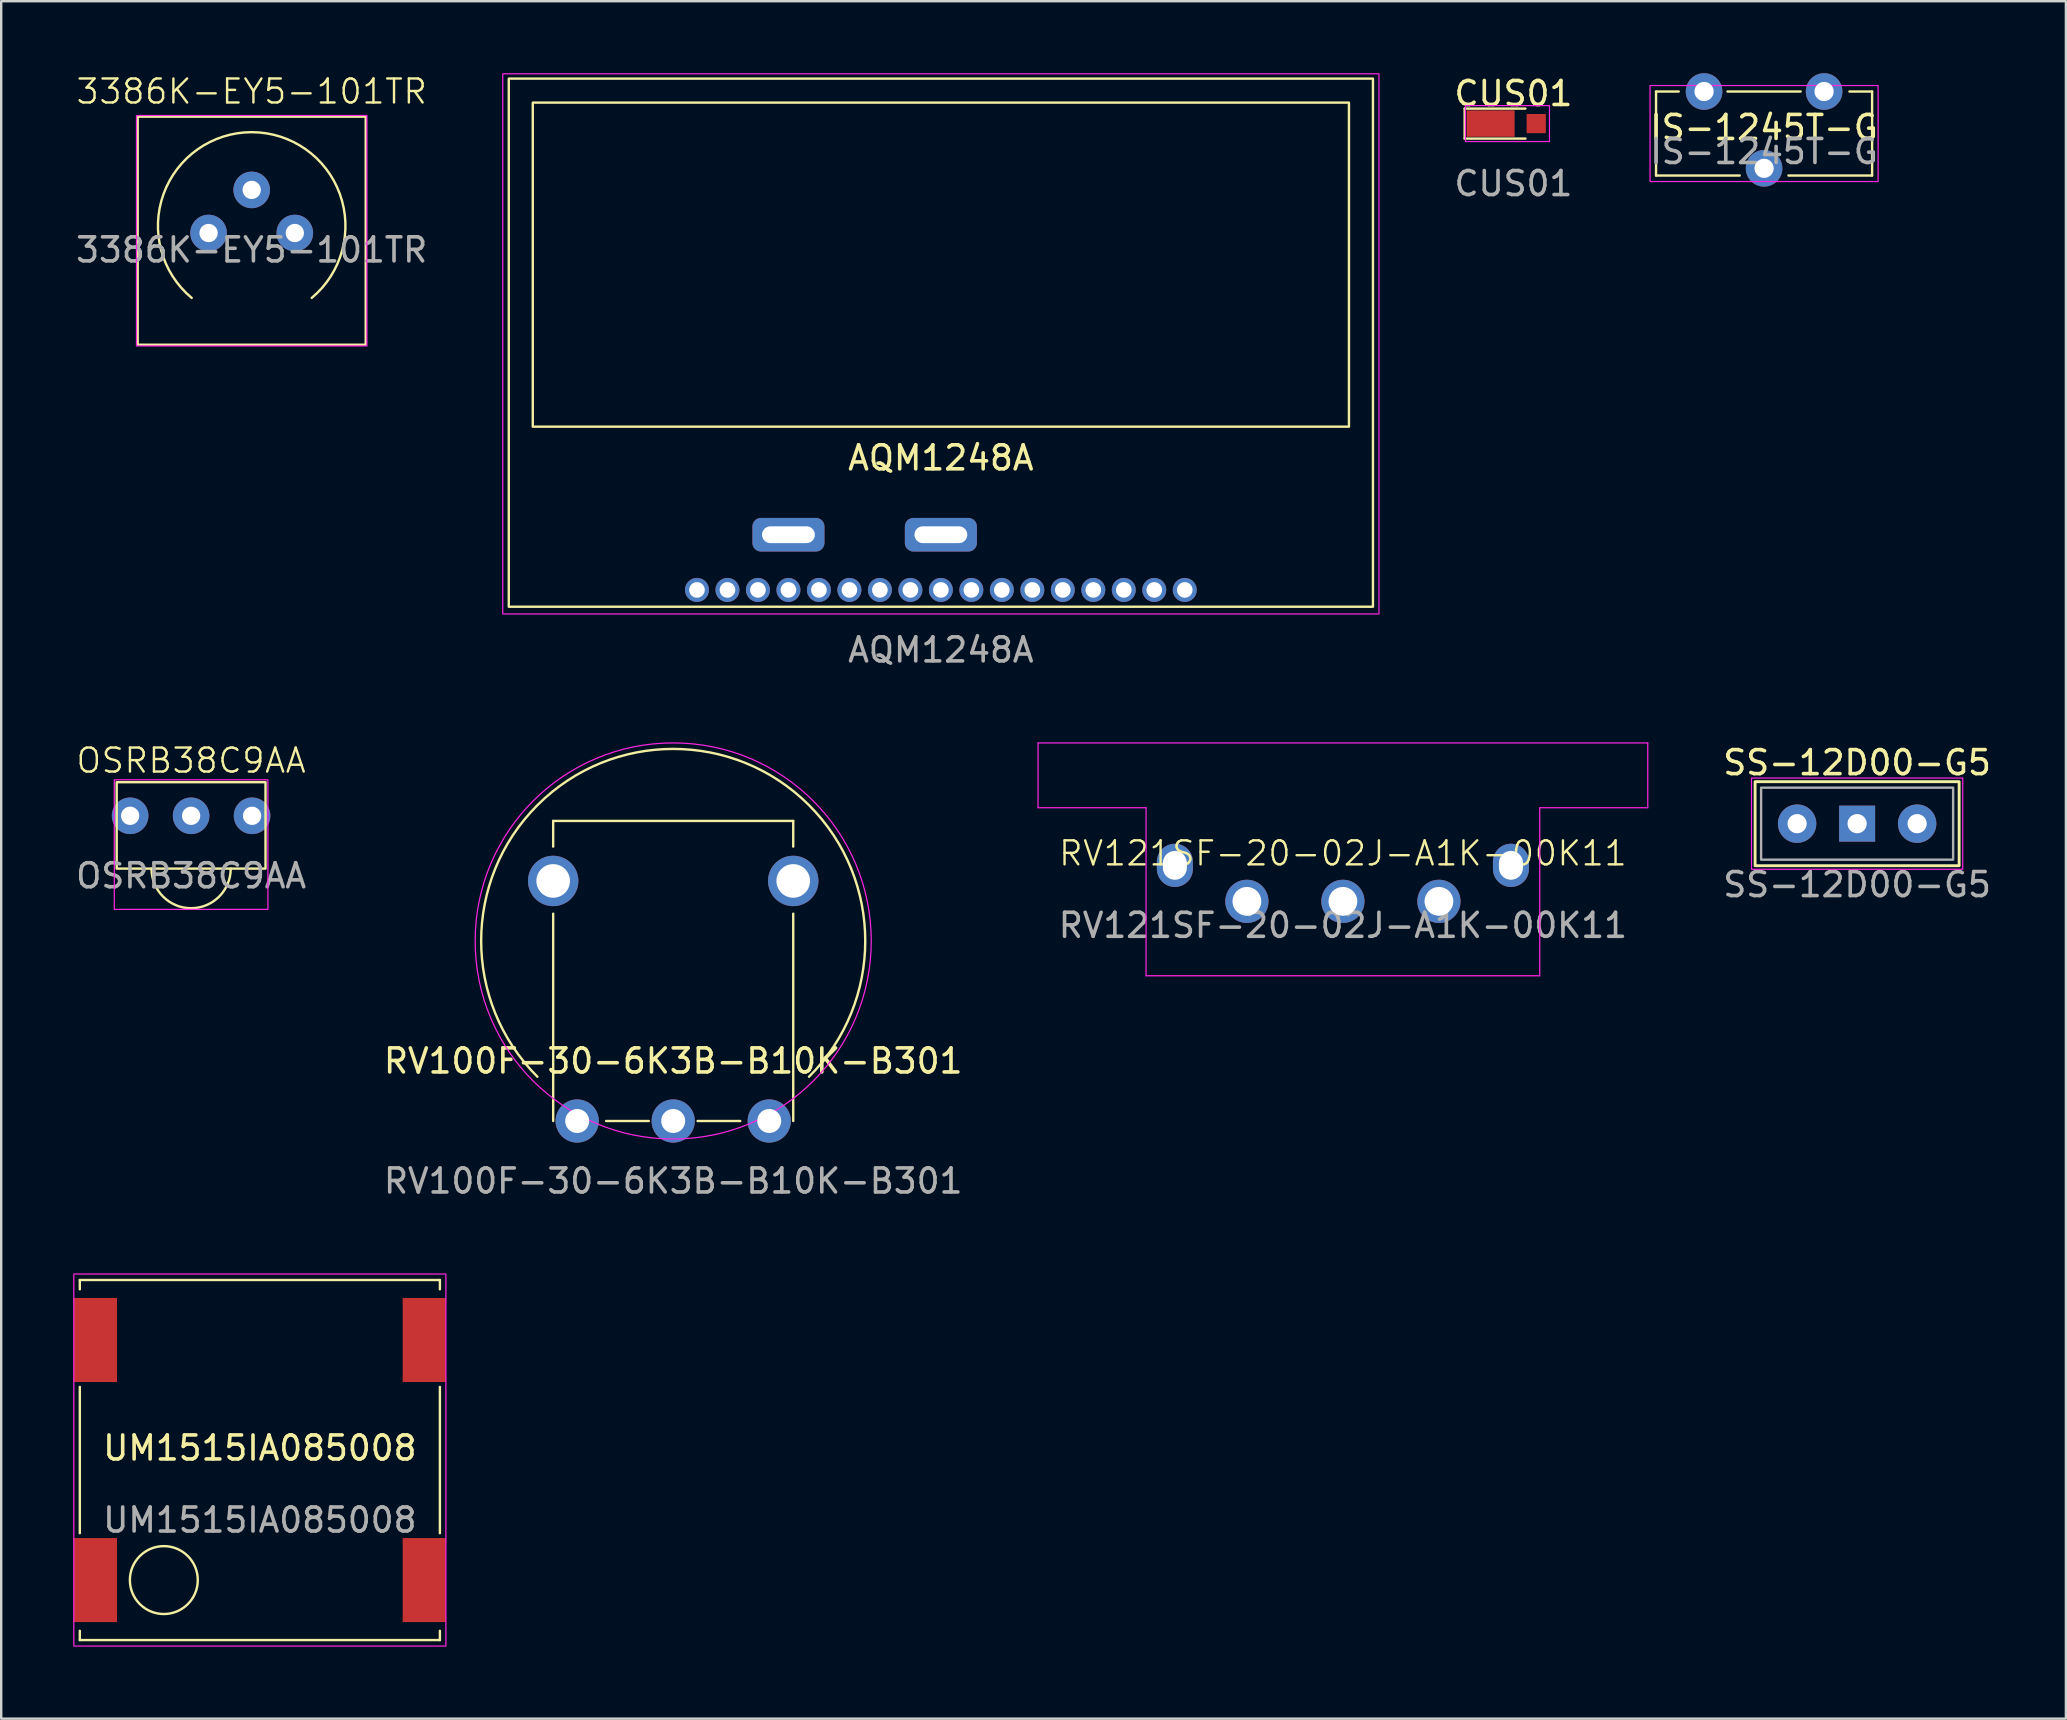
<source format=kicad_pcb>
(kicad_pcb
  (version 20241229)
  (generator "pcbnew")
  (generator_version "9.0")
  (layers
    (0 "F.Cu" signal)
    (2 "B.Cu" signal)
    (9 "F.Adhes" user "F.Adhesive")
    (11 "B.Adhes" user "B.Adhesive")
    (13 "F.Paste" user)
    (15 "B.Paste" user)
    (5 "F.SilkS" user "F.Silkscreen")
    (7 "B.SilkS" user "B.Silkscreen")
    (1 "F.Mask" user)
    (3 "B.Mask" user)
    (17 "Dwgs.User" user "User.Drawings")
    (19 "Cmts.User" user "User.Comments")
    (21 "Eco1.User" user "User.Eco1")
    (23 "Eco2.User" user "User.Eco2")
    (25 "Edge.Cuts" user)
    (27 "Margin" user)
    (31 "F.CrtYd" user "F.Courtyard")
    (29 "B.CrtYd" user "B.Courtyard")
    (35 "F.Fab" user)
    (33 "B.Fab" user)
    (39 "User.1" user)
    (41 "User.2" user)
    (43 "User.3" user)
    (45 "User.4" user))
  (footprint "RV100F-30-6K3B-B10K-B301"
    (layer "F.Cu")
    (at 24.994 43.648)
    (property "Reference" "RV100F-30-6K3B-B10K-B301" (at 0 -2.5 0) (layer "F.SilkS") (effects (font (size 1 1) (thickness 0.15))))
    (attr through_hole)
    (fp_line (start -5 -11.43) (end -5 -12.5) (stroke (width 0.1) (type default)) (layer "F.SilkS"))
    (fp_line (start -5 -8.636) (end -5 0) (stroke (width 0.1) (type default)) (layer "F.SilkS"))
    (fp_line (start -1.016 0) (end -2.794 0) (stroke (width 0.1) (type default)) (layer "F.SilkS"))
    (fp_line (start 1.016 0) (end 2.794 0) (stroke (width 0.1) (type default)) (layer "F.SilkS"))
    (fp_line (start 5 -12.5) (end -5 -12.5) (stroke (width 0.1) (type default)) (layer "F.SilkS"))
    (fp_line (start 5 -11.43) (end 5 -12.5) (stroke (width 0.1) (type default)) (layer "F.SilkS"))
    (fp_line (start 5 0) (end 5 -8.636) (stroke (width 0.1) (type default)) (layer "F.SilkS"))
    (fp_arc (start -5.656854 -1.843146) (mid 0 -15.5) (end 5.656854 -1.843146) (stroke (width 0.1) (type default)) (layer "F.SilkS"))
    (fp_circle (center 0 -7.5) (end 8.25 -7.5) (stroke (width 0.05) (type default)) (fill no) (layer "F.CrtYd"))
    (fp_text user "${REFERENCE}" (at 0 2.5 0) (unlocked yes) (layer "F.Fab") (effects (font (size 1 1) (thickness 0.15))))
    (pad "" thru_hole circle (at -5 -10) (size 2.1 2.1) (drill 1.4) (layers "*.Cu" "*.Mask"))
    (pad "" thru_hole circle (at 5 -10) (size 2.1 2.1) (drill 1.4) (layers "*.Cu" "*.Mask"))
    (pad "1" thru_hole circle (at -4 0) (size 1.8 1.8) (drill 1) (layers "*.Cu" "*.Mask"))
    (pad "2" thru_hole circle (at 0 0) (size 1.8 1.8) (drill 1) (layers "*.Cu" "*.Mask"))
    (pad "3" thru_hole circle (at 4 0) (size 1.8 1.8) (drill 1) (layers "*.Cu" "*.Mask")))
  (footprint "IS-1245T-G"
    (layer "F.Cu")
    (at 70.437 0.762)
    (property "Reference" "IS-1245T-G" (at 0 1.5 0) (layer "F.SilkS") (effects (font (size 1 1) (thickness 0.15))))
    (attr through_hole)
    (fp_line (start -4.5 0) (end -3.556 0) (stroke (width 0.1) (type default)) (layer "F.SilkS"))
    (fp_line (start -4.5 3.5) (end -4.5 0) (stroke (width 0.1) (type default)) (layer "F.SilkS"))
    (fp_line (start -1.016 3.5) (end -4.5 3.5) (stroke (width 0.1) (type default)) (layer "F.SilkS"))
    (fp_line (start 1.524 0) (end -1.524 0) (stroke (width 0.1) (type default)) (layer "F.SilkS"))
    (fp_line (start 4.5 0) (end 3.556 0) (stroke (width 0.1) (type default)) (layer "F.SilkS"))
    (fp_line (start 4.5 0) (end 4.5 3.5) (stroke (width 0.1) (type default)) (layer "F.SilkS"))
    (fp_line (start 4.5 3.5) (end 1.016 3.5) (stroke (width 0.1) (type default)) (layer "F.SilkS"))
    (fp_rect (start -4.75 -0.25) (end 4.75 3.75) (stroke (width 0.05) (type default)) (fill no) (layer "F.CrtYd"))
    (fp_text user "${REFERENCE}" (at 0 2.5 0) (unlocked yes) (layer "F.Fab") (effects (font (size 1 1) (thickness 0.15))))
    (pad "1" thru_hole circle (at -2.5 0) (size 1.524 1.524) (drill 0.8) (layers "*.Cu" "*.Mask"))
    (pad "2" thru_hole circle (at 0 3.2) (size 1.524 1.524) (drill 0.8) (layers "*.Cu" "*.Mask"))
    (pad "3" thru_hole circle (at 2.5 0) (size 1.524 1.524) (drill 0.8) (layers "*.Cu" "*.Mask")))
  (footprint "AQM1248A"
    (layer "F.Cu")
    (at 36.144 21.525)
    (property "Reference" "AQM1248A" (at 0 -5.5 0) (layer "F.SilkS") (effects (font (size 1 1) (thickness 0.15))))
    (attr through_hole)
    (fp_rect (start -18 -21.3) (end 18 0.7) (stroke (width 0.1) (type default)) (fill no) (layer "F.SilkS"))
    (fp_rect (start -17 -20.3) (end 17 -6.8) (stroke (width 0.1) (type default)) (fill no) (layer "F.SilkS"))
    (fp_rect (start -18.25 -21.5) (end 18.25 1) (stroke (width 0.05) (type default)) (fill no) (layer "F.CrtYd"))
    (fp_text user "${REFERENCE}" (at 0 2.5 0) (unlocked yes) (layer "F.Fab") (effects (font (size 1 1) (thickness 0.15))))
    (pad "1" thru_hole circle (at 10.16 0) (size 1 1) (drill 0.65) (layers "*.Cu" "*.Mask"))
    (pad "2" thru_hole circle (at 8.89 0) (size 1 1) (drill 0.65) (layers "*.Cu" "*.Mask"))
    (pad "3" thru_hole circle (at 7.62 0) (size 1 1) (drill 0.65) (layers "*.Cu" "*.Mask"))
    (pad "4" thru_hole circle (at 6.35 0) (size 1 1) (drill 0.65) (layers "*.Cu" "*.Mask"))
    (pad "5" thru_hole circle (at 5.08 0) (size 1 1) (drill 0.65) (layers "*.Cu" "*.Mask"))
    (pad "6" thru_hole circle (at 3.81 0) (size 1 1) (drill 0.65) (layers "*.Cu" "*.Mask"))
    (pad "7" thru_hole circle (at 2.54 0) (size 1 1) (drill 0.65) (layers "*.Cu" "*.Mask"))
    (pad "8" thru_hole circle (at 1.27 0) (size 1 1) (drill 0.65) (layers "*.Cu" "*.Mask"))
    (pad "9" thru_hole circle (at 0 0) (size 1 1) (drill 0.65) (layers "*.Cu" "*.Mask"))
    (pad "10" thru_hole circle (at -1.27 0) (size 1 1) (drill 0.65) (layers "*.Cu" "*.Mask"))
    (pad "11" thru_hole circle (at -2.54 0) (size 1 1) (drill 0.65) (layers "*.Cu" "*.Mask"))
    (pad "12" thru_hole circle (at -3.81 0) (size 1 1) (drill 0.65) (layers "*.Cu" "*.Mask"))
    (pad "13" thru_hole circle (at -5.08 0) (size 1 1) (drill 0.65) (layers "*.Cu" "*.Mask"))
    (pad "14" thru_hole circle (at -6.35 0) (size 1 1) (drill 0.65) (layers "*.Cu" "*.Mask"))
    (pad "15" thru_hole circle (at -7.62 0) (size 1 1) (drill 0.65) (layers "*.Cu" "*.Mask"))
    (pad "16" thru_hole circle (at -8.89 0) (size 1 1) (drill 0.65) (layers "*.Cu" "*.Mask"))
    (pad "17" thru_hole circle (at -10.16 0) (size 1 1) (drill 0.65) (layers "*.Cu" "*.Mask"))
    (pad "18" thru_hole roundrect (at -6.35 -2.3) (size 3 1.4) (drill oval 2.2 0.7) (layers "*.Cu" "*.Mask") (roundrect_rratio 0.25))
    (pad "19" thru_hole roundrect (at 0 -2.3) (size 3 1.4) (drill oval 2.2 0.7) (layers "*.Cu" "*.Mask") (roundrect_rratio 0.25)))
  (footprint "CUS01"
    (layer "F.Cu")
    (at 59.996 2.098)
    (property "Reference" "CUS01" (at 0 -1.25 0) (layer "F.SilkS") (effects (font (size 1 1) (thickness 0.15))))
    (attr smd)
    (fp_line (start -2.032 -0.625) (end -2.032 0.625) (stroke (width 0.1) (type default)) (layer "F.SilkS"))
    (fp_line (start -2.032 0.625) (end 0.5 0.625) (stroke (width 0.1) (type default)) (layer "F.SilkS"))
    (fp_line (start 0.5 -0.625) (end -2.032 -0.625) (stroke (width 0.1) (type default)) (layer "F.SilkS"))
    (fp_rect (start -2 -0.748) (end 1.5 0.748) (stroke (width 0.05) (type default)) (fill no) (layer "F.CrtYd"))
    (fp_text user "${REFERENCE}" (at 0 2.5 0) (unlocked yes) (layer "F.Fab") (effects (font (size 1 1) (thickness 0.15))))
    (pad "1" smd rect (at -0.95 0) (size 2 1.1) (layers "F.Cu" "F.Mask" "F.Paste"))
    (pad "2" smd rect (at 0.95 0) (size 0.8 0.8) (layers "F.Cu" "F.Mask" "F.Paste")))
  (footprint "RV121SF-20-02J-A1K-00K11"
    (layer "F.Cu")
    (at 52.892 32.998)
    (property "Reference" "RV121SF-20-02J-A1K-00K11" (at 0 -0.5 0) (unlocked yes) (layer "F.SilkS") (effects (font (size 1 1) (thickness 0.1))))
    (attr through_hole)
    (fp_line (start -12.7 -5.1) (end 12.7 -5.1) (stroke (width 0.05) (type default)) (layer "F.CrtYd"))
    (fp_line (start -12.7 -2.4) (end -12.7 -5.1) (stroke (width 0.05) (type default)) (layer "F.CrtYd"))
    (fp_line (start -8.2 -2.4) (end -12.7 -2.4) (stroke (width 0.05) (type default)) (layer "F.CrtYd"))
    (fp_line (start -8.2 4.6) (end -8.2 -2.4) (stroke (width 0.05) (type default)) (layer "F.CrtYd"))
    (fp_line (start 8.2 -2.4) (end 8.2 4.6) (stroke (width 0.05) (type default)) (layer "F.CrtYd"))
    (fp_line (start 8.2 4.6) (end -8.2 4.6) (stroke (width 0.05) (type default)) (layer "F.CrtYd"))
    (fp_line (start 12.7 -5.1) (end 12.7 -2.4) (stroke (width 0.05) (type default)) (layer "F.CrtYd"))
    (fp_line (start 12.7 -2.4) (end 8.2 -2.4) (stroke (width 0.05) (type default)) (layer "F.CrtYd"))
    (fp_text user "${REFERENCE}" (at 0 2.5 0) (unlocked yes) (layer "F.Fab") (effects (font (size 1 1) (thickness 0.15))))
    (pad "" thru_hole oval (at -7 0) (size 1.5 1.8) (drill oval 1 1.2) (layers "*.Cu" "*.Mask"))
    (pad "" thru_hole oval (at 7 0) (size 1.5 1.8) (drill oval 1 1.2) (layers "*.Cu" "*.Mask"))
    (pad "1" thru_hole circle (at 4 1.5) (size 1.8 1.8) (drill 1.2) (layers "*.Cu" "*.Mask"))
    (pad "2" thru_hole circle (at 0 1.5) (size 1.8 1.8) (drill 1.2) (layers "*.Cu" "*.Mask"))
    (pad "3" thru_hole circle (at -4 1.5) (size 1.8 1.8) (drill 1.2) (layers "*.Cu" "*.Mask")))
  (footprint "OSRB38C9AA"
    (layer "F.Cu")
    (at 4.911 30.934)
    (property "Reference" "OSRB38C9AA" (at 0 -2.3 0) (unlocked yes) (layer "F.SilkS") (effects (font (size 1 1) (thickness 0.1))))
    (attr through_hole)
    (fp_rect (start -3.1 -1.4) (end 3.1 2.2) (stroke (width 0.1) (type default)) (fill no) (layer "F.SilkS"))
    (fp_arc (start 1.65 2.2) (mid 0 3.85) (end -1.65 2.2) (stroke (width 0.1) (type default)) (layer "F.SilkS"))
    (fp_rect (start -3.2 -1.5) (end 3.2 3.9) (stroke (width 0.05) (type default)) (fill no) (layer "F.CrtYd"))
    (fp_text user "${REFERENCE}" (at 0 2.5 0) (unlocked yes) (layer "F.Fab") (effects (font (size 1 1) (thickness 0.15))))
    (pad "1" thru_hole circle (at -2.54 0) (size 1.524 1.524) (drill 0.762) (layers "*.Cu" "*.Mask"))
    (pad "2" thru_hole circle (at 0 0) (size 1.524 1.524) (drill 0.762) (layers "*.Cu" "*.Mask"))
    (pad "3" thru_hole circle (at 2.54 0) (size 1.524 1.524) (drill 0.762) (layers "*.Cu" "*.Mask")))
  (footprint "SS-12D00-G5"
    (layer "F.Cu")
    (at 74.313 31.262)
    (property "Reference" "SS-12D00-G5" (at 0 -2.54 0) (layer "F.SilkS") (effects (font (size 1 1) (thickness 0.15))))
    (attr through_hole)
    (fp_rect (start -4.25 -1.75) (end 4.25 1.75) (stroke (width 0.12) (type default)) (fill no) (layer "F.SilkS"))
    (fp_rect (start -4.4 -1.9) (end 4.4 1.9) (stroke (width 0.05) (type default)) (fill no) (layer "F.CrtYd"))
    (fp_rect (start -4 -1.5) (end 4 1.5) (stroke (width 0.1) (type default)) (fill no) (layer "F.Fab"))
    (fp_text user "${REFERENCE}" (at 0 2.54 0) (layer "F.Fab") (effects (font (size 1 1) (thickness 0.15))))
    (pad "1" thru_hole rect (at 0 0) (size 1.5 1.5) (drill 0.8) (layers "*.Cu" "*.Mask"))
    (pad "2" thru_hole circle (at -2.5 0) (size 1.6 1.6) (drill 0.8) (layers "*.Cu" "*.Mask"))
    (pad "3" thru_hole circle (at 2.5 0) (size 1.6 1.6) (drill 0.8) (layers "*.Cu" "*.Mask")))
  (footprint "3386K-EY5-101TR"
    (layer "F.Cu")
    (at 7.435 4.861)
    (property "Reference" "3386K-EY5-101TR" (at 0 -4.1 0) (unlocked yes) (layer "F.SilkS") (effects (font (size 1 1) (thickness 0.1))))
    (attr through_hole)
    (fp_rect (start -4.75 -3.05) (end 4.75 6.45) (stroke (width 0.1) (type default)) (fill no) (layer "F.SilkS"))
    (fp_arc (start -2.499999 4.499999) (mid 0 -2.405123) (end 2.499999 4.499999) (stroke (width 0.1) (type default)) (layer "F.SilkS"))
    (fp_rect (start -4.8 -3.1) (end 4.8 6.5) (stroke (width 0.05) (type default)) (fill no) (layer "F.CrtYd"))
    (fp_text user "${REFERENCE}" (at 0 2.5 0) (unlocked yes) (layer "F.Fab") (effects (font (size 1 1) (thickness 0.15))))
    (pad "1" thru_hole circle (at -1.796 1.796 315) (size 1.524 1.524) (drill 0.762) (layers "*.Cu" "*.Mask"))
    (pad "2" thru_hole circle (at 0 0 315) (size 1.524 1.524) (drill 0.762) (layers "*.Cu" "*.Mask"))
    (pad "3" thru_hole circle (at 1.796 1.796 315) (size 1.524 1.524) (drill 0.762) (layers "*.Cu" "*.Mask")))
  (footprint "UM1515IA085008"
    (layer "F.Cu")
    (at 7.775 57.772)
    (property "Reference" "UM1515IA085008" (at 0 -0.5 0) (layer "F.SilkS") (effects (font (size 1 1) (thickness 0.15))))
    (attr smd)
    (fp_line (start -7.5 -7.5) (end -7.5 -7.112) (stroke (width 0.1) (type default)) (layer "F.SilkS"))
    (fp_line (start -7.5 -7.5) (end 7.5 -7.5) (stroke (width 0.1) (type default)) (layer "F.SilkS"))
    (fp_line (start -7.5 -3.048) (end -7.5 3.048) (stroke (width 0.1) (type default)) (layer "F.SilkS"))
    (fp_line (start -7.5 7.5) (end -7.5 7.112) (stroke (width 0.1) (type default)) (layer "F.SilkS"))
    (fp_line (start 7.5 -7.5) (end 7.5 -7.112) (stroke (width 0.1) (type default)) (layer "F.SilkS"))
    (fp_line (start 7.5 -3.048) (end 7.5 3.048) (stroke (width 0.1) (type default)) (layer "F.SilkS"))
    (fp_line (start 7.5 7.5) (end -7.5 7.5) (stroke (width 0.1) (type default)) (layer "F.SilkS"))
    (fp_line (start 7.5 7.5) (end 7.5 7.112) (stroke (width 0.1) (type default)) (layer "F.SilkS"))
    (fp_circle (center -4 5) (end -3 6) (stroke (width 0.1) (type default)) (fill no) (layer "F.SilkS"))
    (fp_rect (start -7.75 -7.75) (end 7.75 7.75) (stroke (width 0.05) (type default)) (fill no) (layer "F.CrtYd"))
    (fp_text user "${REFERENCE}" (at 0 2.5 0) (unlocked yes) (layer "F.Fab") (effects (font (size 1 1) (thickness 0.15))))
    (pad "" smd rect (at -6.85 -5) (size 1.8 3.5) (layers "F.Cu" "F.Mask" "F.Paste"))
    (pad "" smd rect (at 6.85 -5) (size 1.8 3.5) (layers "F.Cu" "F.Mask" "F.Paste"))
    (pad "1" smd rect (at -6.85 5) (size 1.8 3.5) (layers "F.Cu" "F.Mask" "F.Paste"))
    (pad "2" smd rect (at 6.85 5) (size 1.8 3.5) (layers "F.Cu" "F.Mask" "F.Paste")))
  (gr_rect
    (start -3 -3)
    (end 83.01 68.546)
    (stroke (width 0.1) (type default))
    (fill no)
    (layer "Edge.Cuts")))
</source>
